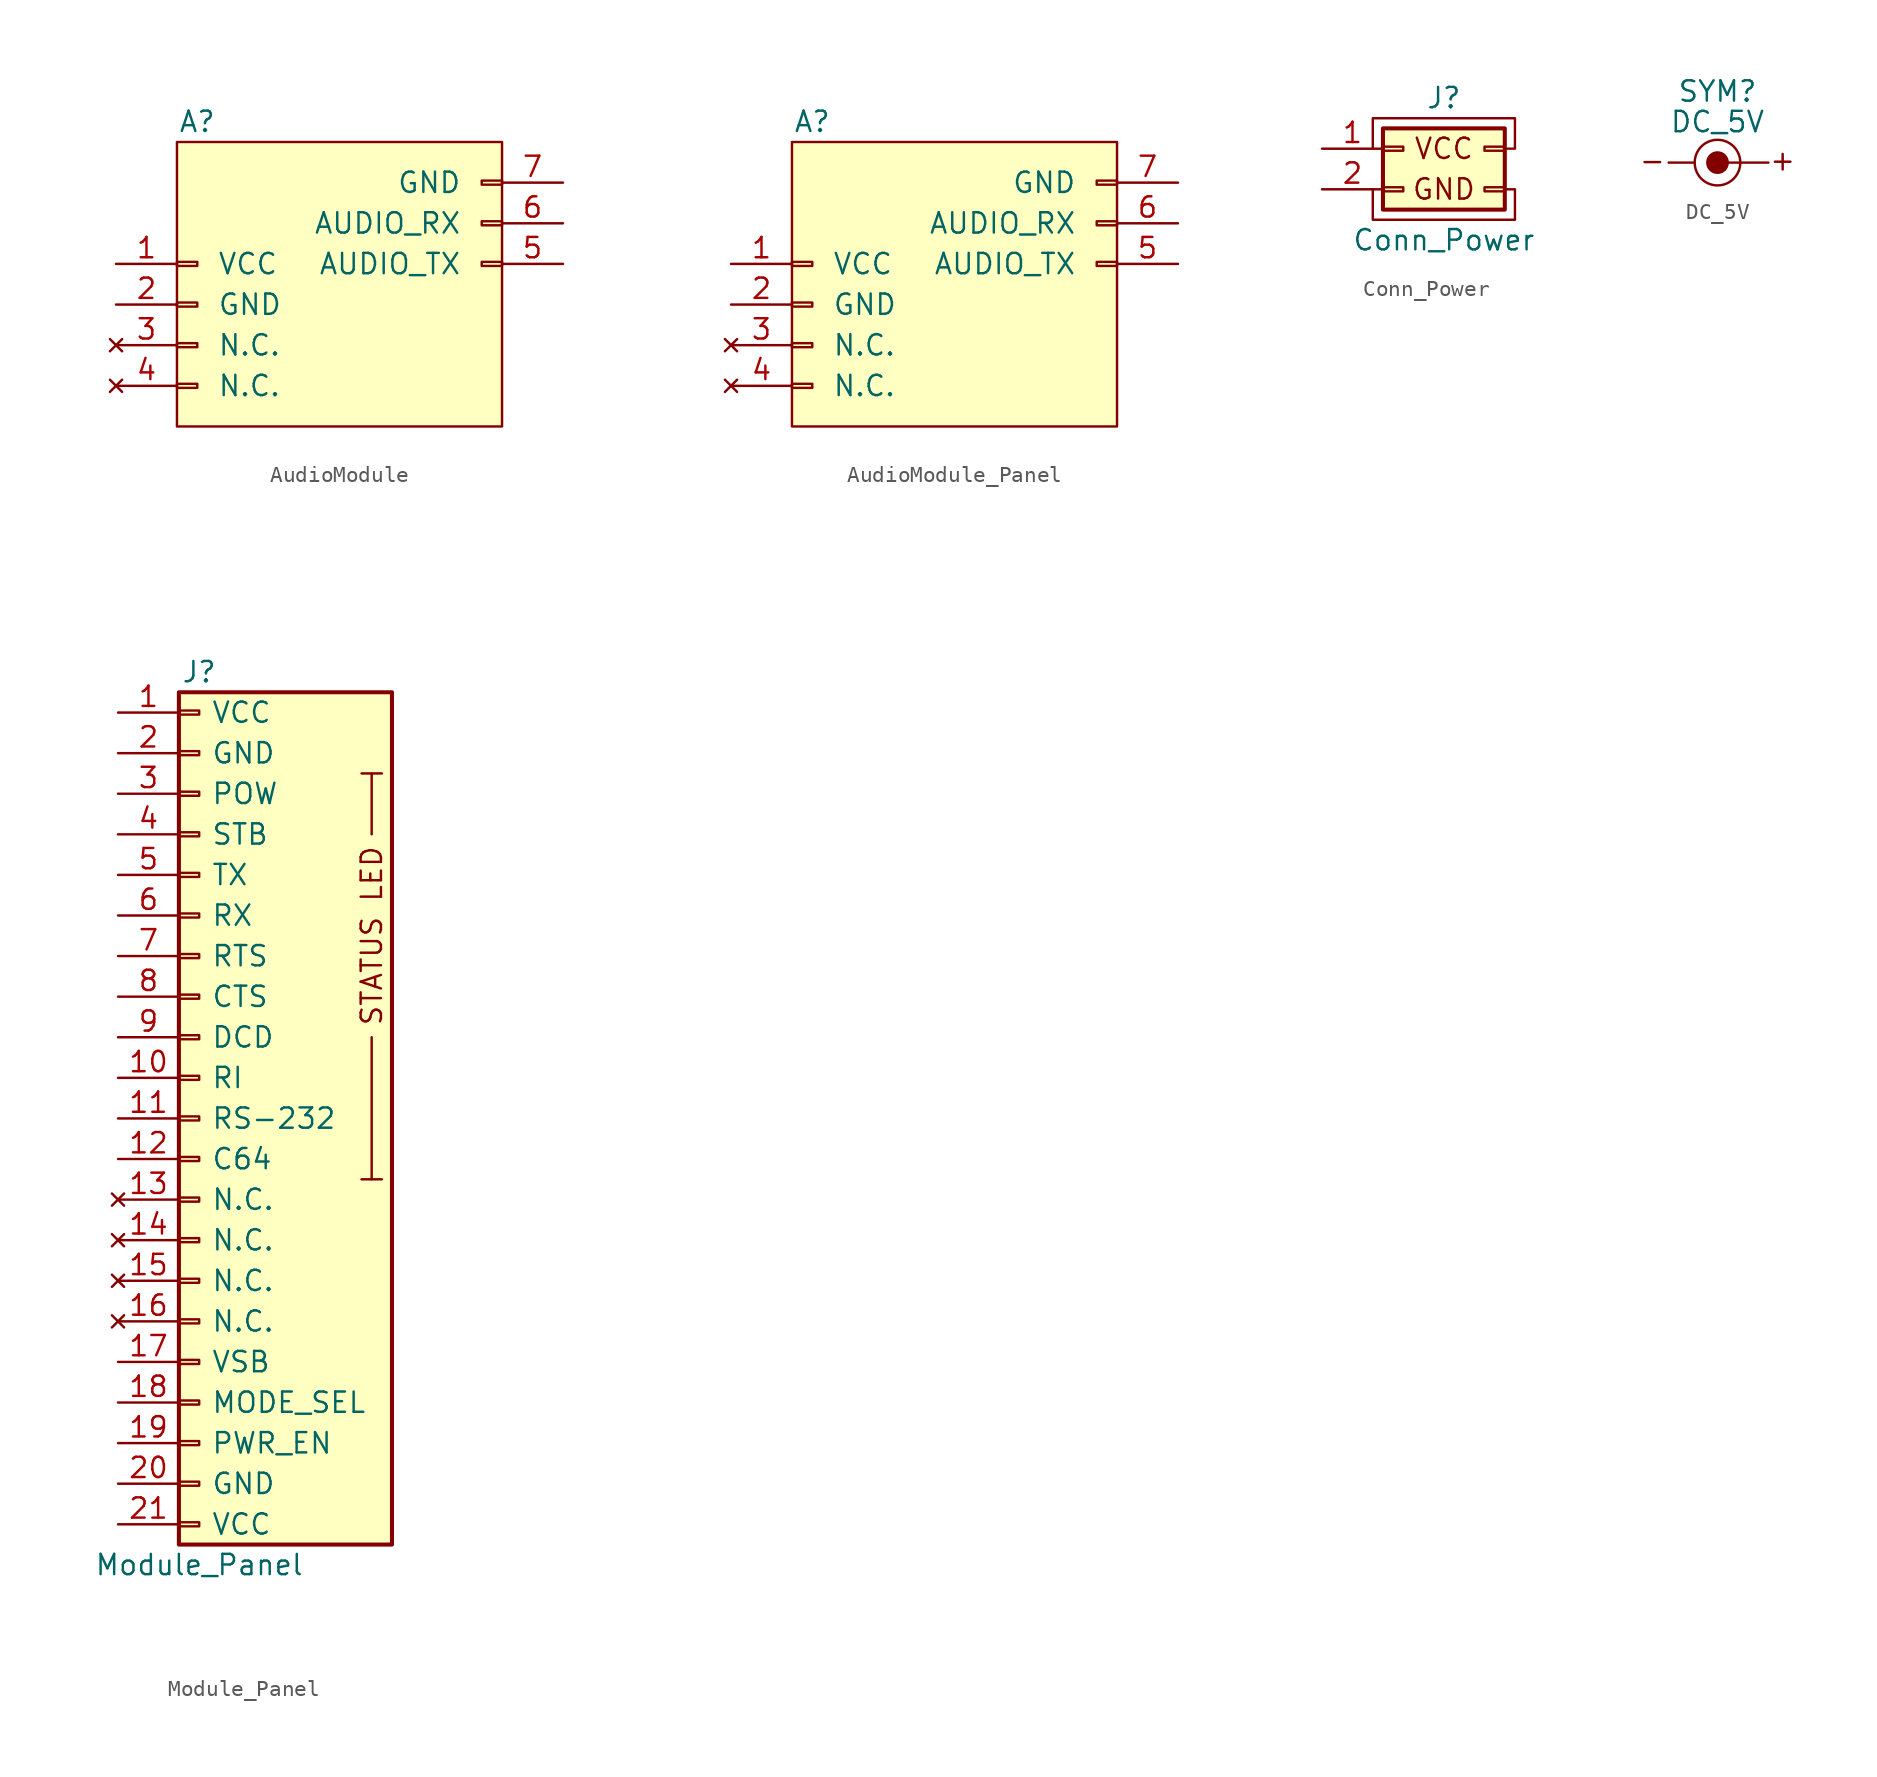
<source format=kicad_sym>
(kicad_symbol_lib
  (version 20231120)
  (generator "kicad_symbol_editor")
  (generator_version "8.0")
  (symbol "AudioModule"
    (pin_names
      (offset 2.52))
    (property "Reference" "A"
      (at 0 6.35 0)
      (effects (font (size 1.27 1.27))))
    (property "Value" ""
      (at 0 7.62 0)
      (effects (font (size 1.27 1.27))))
    (symbol "AudioModule_1_1"
      (rectangle (start -1.27 -10.033) (end 0 -10.287) (stroke (width 0.152) (type solid)) (fill (type none)))
      (rectangle (start -1.27 -7.493) (end 0 -7.747) (stroke (width 0.152) (type solid)) (fill (type none)))
      (rectangle (start -1.27 -4.953) (end 0 -5.207) (stroke (width 0.152) (type solid)) (fill (type none)))
      (rectangle (start -1.27 -2.413) (end 0 -2.667) (stroke (width 0.152) (type solid)) (fill (type none)))
      (polyline (pts (xy -1.27 5.08) (xy -1.27 -12.7) (xy 19.05 -12.7) (xy 19.05 5.08) (xy -1.27 5.08)) (stroke (width 0) (type default)) (fill (type background)))
      (rectangle (start 19.05 -2.667) (end 17.78 -2.413) (stroke (width 0.152) (type solid)) (fill (type none)))
      (rectangle (start 19.05 -0.127) (end 17.78 0.127) (stroke (width 0.152) (type solid)) (fill (type none)))
      (rectangle (start 19.05 2.413) (end 17.78 2.667) (stroke (width 0.152) (type solid)) (fill (type none)))
      (pin power_in line (at -5.08 -2.54 0) (length 3.81) (name "VCC" (effects (font (size 1.27 1.27)))) (number "1" (effects (font (size 1.27 1.27)))))
      (pin power_in line (at -5.08 -5.08 0) (length 3.81) (name "GND" (effects (font (size 1.27 1.27)))) (number "2" (effects (font (size 1.27 1.27)))))
      (pin no_connect line (at -5.08 -7.62 0) (length 3.81) (name "N.C." (effects (font (size 1.27 1.27)))) (number "3" (effects (font (size 1.27 1.27)))))
      (pin no_connect line (at -5.08 -10.16 0) (length 3.81) (name "N.C." (effects (font (size 1.27 1.27)))) (number "4" (effects (font (size 1.27 1.27)))))
      (pin output line (at 22.86 -2.54 180) (length 3.81) (name "AUDIO_TX" (effects (font (size 1.27 1.27)))) (number "5" (effects (font (size 1.27 1.27)))))
      (pin input line (at 22.86 0 180) (length 3.81) (name "AUDIO_RX" (effects (font (size 1.27 1.27)))) (number "6" (effects (font (size 1.27 1.27)))))
      (pin passive line (at 22.86 2.54 180) (length 3.81) (name "GND" (effects (font (size 1.27 1.27)))) (number "7" (effects (font (size 1.27 1.27)))))))
  (symbol "AudioModule_Panel"
    (pin_names
      (offset 2.52))
    (property "Reference" "A"
      (at 0 6.35 0)
      (effects (font (size 1.27 1.27))))
    (property "Value" ""
      (at 0 7.62 0)
      (effects (font (size 1.27 1.27))))
    (symbol "AudioModule_Panel_1_1"
      (rectangle (start -1.27 -10.033) (end 0 -10.287) (stroke (width 0.152) (type solid)) (fill (type none)))
      (rectangle (start -1.27 -7.493) (end 0 -7.747) (stroke (width 0.152) (type solid)) (fill (type none)))
      (rectangle (start -1.27 -4.953) (end 0 -5.207) (stroke (width 0.152) (type solid)) (fill (type none)))
      (rectangle (start -1.27 -2.413) (end 0 -2.667) (stroke (width 0.152) (type solid)) (fill (type none)))
      (polyline (pts (xy -1.27 5.08) (xy -1.27 -12.7) (xy 19.05 -12.7) (xy 19.05 5.08) (xy -1.27 5.08)) (stroke (width 0) (type default)) (fill (type background)))
      (rectangle (start 19.05 -2.667) (end 17.78 -2.413) (stroke (width 0.152) (type solid)) (fill (type none)))
      (rectangle (start 19.05 -0.127) (end 17.78 0.127) (stroke (width 0.152) (type solid)) (fill (type none)))
      (rectangle (start 19.05 2.413) (end 17.78 2.667) (stroke (width 0.152) (type solid)) (fill (type none)))
      (pin power_out line (at -5.08 -2.54 0) (length 3.81) (name "VCC" (effects (font (size 1.27 1.27)))) (number "1" (effects (font (size 1.27 1.27)))))
      (pin power_out line (at -5.08 -5.08 0) (length 3.81) (name "GND" (effects (font (size 1.27 1.27)))) (number "2" (effects (font (size 1.27 1.27)))))
      (pin no_connect line (at -5.08 -7.62 0) (length 3.81) (name "N.C." (effects (font (size 1.27 1.27)))) (number "3" (effects (font (size 1.27 1.27)))))
      (pin no_connect line (at -5.08 -10.16 0) (length 3.81) (name "N.C." (effects (font (size 1.27 1.27)))) (number "4" (effects (font (size 1.27 1.27)))))
      (pin input line (at 22.86 -2.54 180) (length 3.81) (name "AUDIO_TX" (effects (font (size 1.27 1.27)))) (number "5" (effects (font (size 1.27 1.27)))))
      (pin output line (at 22.86 0 180) (length 3.81) (name "AUDIO_RX" (effects (font (size 1.27 1.27)))) (number "6" (effects (font (size 1.27 1.27)))))
      (pin passive line (at 22.86 2.54 180) (length 3.81) (name "GND" (effects (font (size 1.27 1.27)))) (number "7" (effects (font (size 1.27 1.27)))))))
  (symbol "Conn_Power"
    (pin_names
      (offset 1.016) hide)
    (property "Reference" "J"
      (at 2.54 3.175 0)
      (effects (font (size 1.27 1.27))))
    (property "Value" "Conn_Power"
      (at 2.54 -5.715 0)
      (effects (font (size 1.27 1.27))))
    (symbol "Conn_Power_0_0"
      (text "VCC" (at 2.54 0 0) (effects (font (size 1.27 1.27)))))
    (symbol "Conn_Power_1_1"
      (rectangle (start -1.27 -2.413) (end 0 -2.667) (stroke (width 0.152) (type solid)) (fill (type none)))
      (rectangle (start -1.27 0.127) (end 0 -0.127) (stroke (width 0.152) (type solid)) (fill (type none)))
      (rectangle (start -1.27 1.27) (end 6.35 -3.81) (stroke (width 0.254) (type solid)) (fill (type background)))
      (polyline (pts (xy -1.905 -2.54) (xy -1.905 -4.445) (xy 6.985 -4.445) (xy 6.985 -2.54) (xy 6.35 -2.54)) (stroke (width 0.152) (type solid)) (fill (type none)))
      (polyline (pts (xy -1.905 0) (xy -1.905 1.905) (xy 6.985 1.905) (xy 6.985 0) (xy 6.35 0)) (stroke (width 0.152) (type solid)) (fill (type none)))
      (rectangle (start 6.35 -2.667) (end 5.08 -2.413) (stroke (width 0.152) (type solid)) (fill (type none)))
      (rectangle (start 6.35 -0.127) (end 5.08 0.127) (stroke (width 0.152) (type solid)) (fill (type none)))
      (text "GND" (at 2.54 -2.54 0) (effects (font (size 1.27 1.27))))
      (pin power_in line (at -5.08 0 0) (length 3.81) (name "VCC" (effects (font (size 1.27 1.27)))) (number "1" (effects (font (size 1.27 1.27)))))
      (pin power_in line (at -5.08 -2.54 0) (length 3.81) (name "GND" (effects (font (size 1.27 1.27)))) (number "2" (effects (font (size 1.27 1.27)))))))
  (symbol "DC_5V"
    (pin_names
      (offset 1.016))
    (property "Reference" "SYM"
      (at 0 4.445 0)
      (effects (font (size 1.27 1.27))))
    (property "Value" "DC_5V"
      (at 0 2.54 0)
      (effects (font (size 1.27 1.27))))
    (symbol "DC_5V_0_0"
      (text "+" (at 4.064 0.152 0) (effects (font (size 1.27 1.27)))))
    (symbol "DC_5V_0_1"
      (circle (center 0 0) (radius 0.635) (stroke (width 0) (type solid)) (fill (type outline)))
      (circle (center 0 0) (radius 1.422) (stroke (width 0) (type solid)) (fill (type none)))
      (rectangle (start 0.635 0) (end 3.175 0) (stroke (width 0) (type solid)) (fill (type none))))
    (symbol "DC_5V_1_1"
      (polyline (pts (xy -1.422 0) (xy -3.048 0)) (stroke (width 0) (type solid)) (fill (type none)))
      (text "-" (at -4.064 0.127 0) (effects (font (size 1.27 1.27))))))
  (symbol "Module_Panel"
    (pin_names
      (offset 2.007))
    (property "Reference" "J"
      (at 0 27.94 0)
      (effects (font (size 1.27 1.27))))
    (property "Value" "Module_Panel"
      (at 0 -27.94 0)
      (effects (font (size 1.27 1.27))))
    (symbol "Module_Panel_0_0"
      (polyline (pts (xy 10.795 -3.81) (xy 10.795 5.08)) (stroke (width 0) (type solid)) (fill (type none)))
      (polyline (pts (xy 10.795 21.59) (xy 10.795 17.78)) (stroke (width 0) (type solid)) (fill (type none)))
      (text "STATUS LED" (at 10.795 11.43 900) (effects (font (size 1.27 1.27)))))
    (symbol "Module_Panel_0_1"
      (rectangle (start -1.27 26.67) (end 12.065 -26.67) (stroke (width 0.254) (type solid)) (fill (type background)))
      (polyline (pts (xy 10.16 21.59) (xy 11.43 21.59)) (stroke (width 0) (type solid)) (fill (type none)))
      (polyline (pts (xy 11.43 -3.81) (xy 10.16 -3.81)) (stroke (width 0) (type solid)) (fill (type none))))
    (symbol "Module_Panel_1_1"
      (rectangle (start -1.27 -25.273) (end 0 -25.527) (stroke (width 0.152) (type solid)) (fill (type none)))
      (rectangle (start -1.27 -22.733) (end 0 -22.987) (stroke (width 0.152) (type solid)) (fill (type none)))
      (rectangle (start -1.27 -20.193) (end 0 -20.447) (stroke (width 0.152) (type solid)) (fill (type none)))
      (rectangle (start -1.27 -17.653) (end 0 -17.907) (stroke (width 0.152) (type solid)) (fill (type none)))
      (rectangle (start -1.27 -15.113) (end 0 -15.367) (stroke (width 0.152) (type solid)) (fill (type none)))
      (rectangle (start -1.27 -12.573) (end 0 -12.827) (stroke (width 0.152) (type solid)) (fill (type none)))
      (rectangle (start -1.27 -10.033) (end 0 -10.287) (stroke (width 0.152) (type solid)) (fill (type none)))
      (rectangle (start -1.27 -7.493) (end 0 -7.747) (stroke (width 0.152) (type solid)) (fill (type none)))
      (rectangle (start -1.27 -4.953) (end 0 -5.207) (stroke (width 0.152) (type solid)) (fill (type none)))
      (rectangle (start -1.27 -2.413) (end 0 -2.667) (stroke (width 0.152) (type solid)) (fill (type none)))
      (rectangle (start -1.27 0.127) (end 0 -0.127) (stroke (width 0.152) (type solid)) (fill (type none)))
      (rectangle (start -1.27 2.667) (end 0 2.413) (stroke (width 0.152) (type solid)) (fill (type none)))
      (rectangle (start -1.27 5.207) (end 0 4.953) (stroke (width 0.152) (type solid)) (fill (type none)))
      (rectangle (start -1.27 7.747) (end 0 7.493) (stroke (width 0.152) (type solid)) (fill (type none)))
      (rectangle (start -1.27 10.287) (end 0 10.033) (stroke (width 0.152) (type solid)) (fill (type none)))
      (rectangle (start -1.27 12.827) (end 0 12.573) (stroke (width 0.152) (type solid)) (fill (type none)))
      (rectangle (start -1.27 15.367) (end 0 15.113) (stroke (width 0.152) (type solid)) (fill (type none)))
      (rectangle (start -1.27 17.907) (end 0 17.653) (stroke (width 0.152) (type solid)) (fill (type none)))
      (rectangle (start -1.27 20.447) (end 0 20.193) (stroke (width 0.152) (type solid)) (fill (type none)))
      (rectangle (start -1.27 22.987) (end 0 22.733) (stroke (width 0.152) (type solid)) (fill (type none)))
      (rectangle (start -1.27 25.527) (end 0 25.273) (stroke (width 0.152) (type solid)) (fill (type none)))
      (pin power_in line (at -5.08 25.4 0) (length 3.81) (name "VCC" (effects (font (size 1.27 1.27)))) (number "1" (effects (font (size 1.27 1.27)))))
      (pin passive line (at -5.08 2.54 0) (length 3.81) (name "RI" (effects (font (size 1.27 1.27)))) (number "10" (effects (font (size 1.27 1.27)))))
      (pin passive line (at -5.08 0 0) (length 3.81) (name "RS-232" (effects (font (size 1.27 1.27)))) (number "11" (effects (font (size 1.27 1.27)))))
      (pin passive line (at -5.08 -2.54 0) (length 3.81) (name "C64" (effects (font (size 1.27 1.27)))) (number "12" (effects (font (size 1.27 1.27)))))
      (pin no_connect line (at -5.08 -5.08 0) (length 3.81) (name "N.C." (effects (font (size 1.27 1.27)))) (number "13" (effects (font (size 1.27 1.27)))))
      (pin no_connect line (at -5.08 -7.62 0) (length 3.81) (name "N.C." (effects (font (size 1.27 1.27)))) (number "14" (effects (font (size 1.27 1.27)))))
      (pin no_connect line (at -5.08 -10.16 0) (length 3.81) (name "N.C." (effects (font (size 1.27 1.27)))) (number "15" (effects (font (size 1.27 1.27)))))
      (pin no_connect line (at -5.08 -12.7 0) (length 3.81) (name "N.C." (effects (font (size 1.27 1.27)))) (number "16" (effects (font (size 1.27 1.27)))))
      (pin passive line (at -5.08 -15.24 0) (length 3.81) (name "VSB" (effects (font (size 1.27 1.27)))) (number "17" (effects (font (size 1.27 1.27)))))
      (pin passive line (at -5.08 -17.78 0) (length 3.81) (name "MODE_SEL" (effects (font (size 1.27 1.27)))) (number "18" (effects (font (size 1.27 1.27)))))
      (pin passive line (at -5.08 -20.32 0) (length 3.81) (name "PWR_EN" (effects (font (size 1.27 1.27)))) (number "19" (effects (font (size 1.27 1.27)))))
      (pin power_in line (at -5.08 22.86 0) (length 3.81) (name "GND" (effects (font (size 1.27 1.27)))) (number "2" (effects (font (size 1.27 1.27)))))
      (pin passive line (at -5.08 -22.86 0) (length 3.81) (name "GND" (effects (font (size 1.27 1.27)))) (number "20" (effects (font (size 1.27 1.27)))))
      (pin passive line (at -5.08 -25.4 0) (length 3.81) (name "VCC" (effects (font (size 1.27 1.27)))) (number "21" (effects (font (size 1.27 1.27)))))
      (pin passive line (at -5.08 20.32 0) (length 3.81) (name "POW" (effects (font (size 1.27 1.27)))) (number "3" (effects (font (size 1.27 1.27)))))
      (pin passive line (at -5.08 17.78 0) (length 3.81) (name "STB" (effects (font (size 1.27 1.27)))) (number "4" (effects (font (size 1.27 1.27)))))
      (pin passive line (at -5.08 15.24 0) (length 3.81) (name "TX" (effects (font (size 1.27 1.27)))) (number "5" (effects (font (size 1.27 1.27)))))
      (pin passive line (at -5.08 12.7 0) (length 3.81) (name "RX" (effects (font (size 1.27 1.27)))) (number "6" (effects (font (size 1.27 1.27)))))
      (pin passive line (at -5.08 10.16 0) (length 3.81) (name "RTS" (effects (font (size 1.27 1.27)))) (number "7" (effects (font (size 1.27 1.27)))))
      (pin passive line (at -5.08 7.62 0) (length 3.81) (name "CTS" (effects (font (size 1.27 1.27)))) (number "8" (effects (font (size 1.27 1.27)))))
      (pin passive line (at -5.08 5.08 0) (length 3.81) (name "DCD" (effects (font (size 1.27 1.27)))) (number "9" (effects (font (size 1.27 1.27))))))))
</source>
